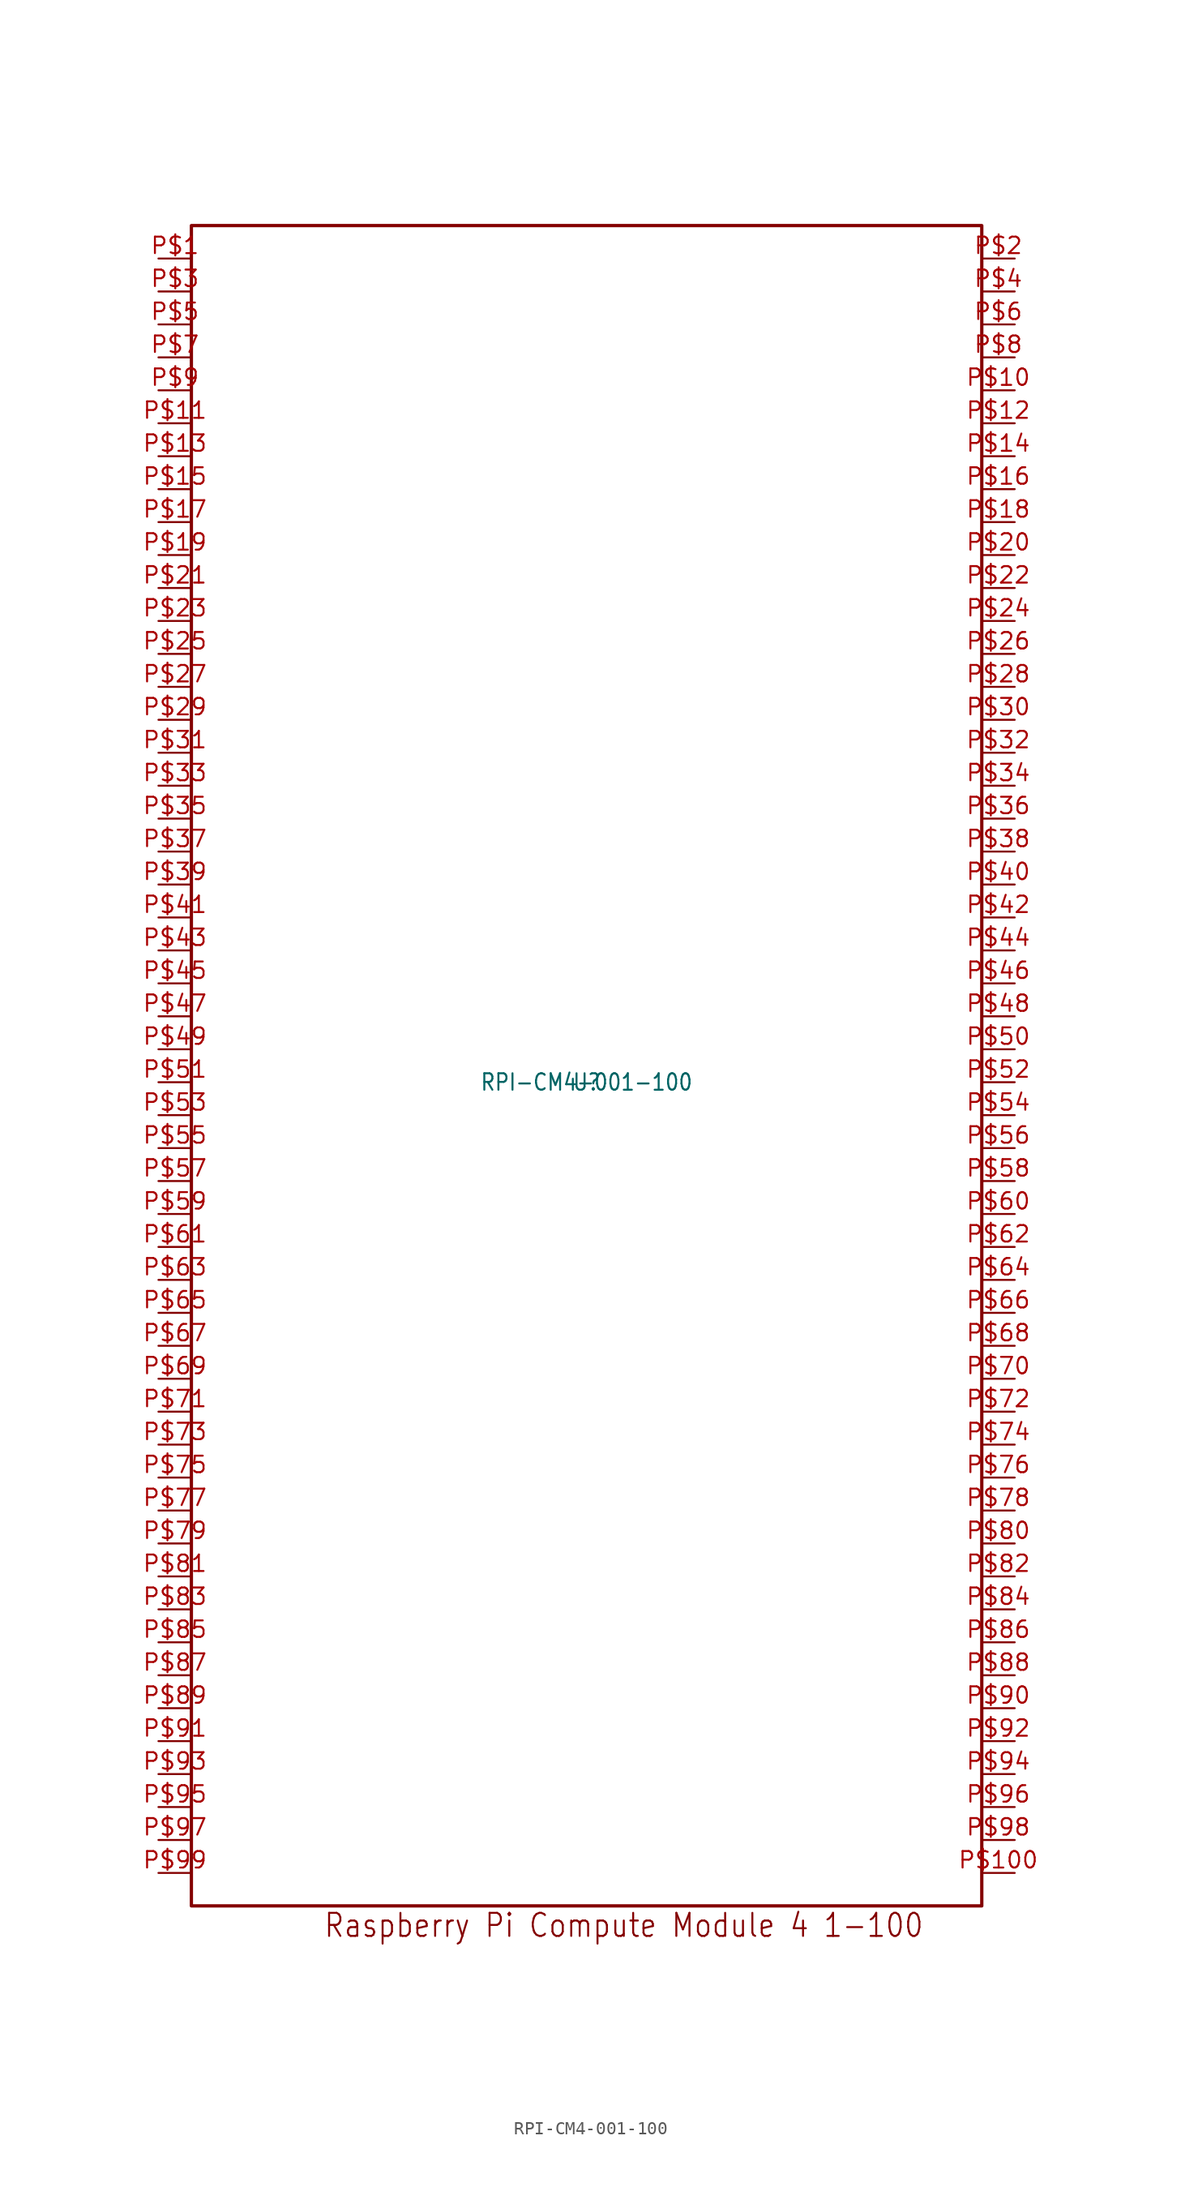
<source format=kicad_sym>
(kicad_symbol_lib
  (version 20211014)
  (generator kicad_symbol_editor)
  (symbol "RPI-CM4-001-100"
    (pin_names
      (offset 1.016) hide)
    (property "Reference" "U"
      (at 0 0 0)
      (effects (font (size 1.27 1.086))))
    (property "Value" "RPI-CM4-001-100"
      (at 0 0 0)
      (effects (font (size 1.27 1.086))))
    (symbol "RPI-CM4-001-100_0_0"
      (text "Raspberry Pi Compute Module 4 1-100" (at -20.32 -66.04 0) (effects (font (size 1.778 1.52)) (justify left bottom))))
    (symbol "RPI-CM4-001-100_0_1"
      (polyline (pts (xy -30.48 -63.5) (xy -30.48 66.04) (xy 30.48 66.04) (xy 30.48 -63.5) (xy -30.48 -63.5)) (stroke (width 0.254) (type default) (color 0 0 0 0))))
    (symbol "RPI-CM4-001-100_1_1"
      (pin bidirectional line (at -33.02 63.5 0) (length 2.54) (name "001_GND" (effects (font (size 1.27 1.086)))) (number "P$1" (effects (font (size 1.27 1.086)))))
      (pin bidirectional line (at 33.02 63.5 180) (length 2.54) (name "002_GND" (effects (font (size 1.27 1.086)))) (number "P$2" (effects (font (size 1.27 1.086)))))
      (pin bidirectional line (at -33.02 60.96 0) (length 2.54) (name "003_ETHERNET_PAIR3_P" (effects (font (size 1.27 1.086)))) (number "P$3" (effects (font (size 1.27 1.086)))))
      (pin bidirectional line (at 33.02 60.96 180) (length 2.54) (name "004_ETHERNET_PAIR1_P" (effects (font (size 1.27 1.086)))) (number "P$4" (effects (font (size 1.27 1.086)))))
      (pin bidirectional line (at -33.02 58.42 0) (length 2.54) (name "005_ETHERNET_PAIR3_N" (effects (font (size 1.27 1.086)))) (number "P$5" (effects (font (size 1.27 1.086)))))
      (pin bidirectional line (at 33.02 58.42 180) (length 2.54) (name "006_ETHERNET_PAIR1_N" (effects (font (size 1.27 1.086)))) (number "P$6" (effects (font (size 1.27 1.086)))))
      (pin bidirectional line (at -33.02 55.88 0) (length 2.54) (name "007_GND" (effects (font (size 1.27 1.086)))) (number "P$7" (effects (font (size 1.27 1.086)))))
      (pin bidirectional line (at 33.02 55.88 180) (length 2.54) (name "008_GND" (effects (font (size 1.27 1.086)))) (number "P$8" (effects (font (size 1.27 1.086)))))
      (pin bidirectional line (at -33.02 53.34 0) (length 2.54) (name "009_ETHERNET_PAIR2_N" (effects (font (size 1.27 1.086)))) (number "P$9" (effects (font (size 1.27 1.086)))))
      (pin bidirectional line (at 33.02 53.34 180) (length 2.54) (name "0010_ETHERNET_PAIR0_N" (effects (font (size 1.27 1.086)))) (number "P$10" (effects (font (size 1.27 1.086)))))
      (pin bidirectional line (at -33.02 50.8 0) (length 2.54) (name "011_ETHERNET_PAIR2_P" (effects (font (size 1.27 1.086)))) (number "P$11" (effects (font (size 1.27 1.086)))))
      (pin bidirectional line (at 33.02 50.8 180) (length 2.54) (name "012_ETHERNET_PAIR0_P" (effects (font (size 1.27 1.086)))) (number "P$12" (effects (font (size 1.27 1.086)))))
      (pin bidirectional line (at -33.02 48.26 0) (length 2.54) (name "013_GND" (effects (font (size 1.27 1.086)))) (number "P$13" (effects (font (size 1.27 1.086)))))
      (pin bidirectional line (at 33.02 48.26 180) (length 2.54) (name "014_GND" (effects (font (size 1.27 1.086)))) (number "P$14" (effects (font (size 1.27 1.086)))))
      (pin bidirectional line (at -33.02 45.72 0) (length 2.54) (name "015_ETHERNET_NLED3" (effects (font (size 1.27 1.086)))) (number "P$15" (effects (font (size 1.27 1.086)))))
      (pin bidirectional line (at 33.02 45.72 180) (length 2.54) (name "016_ETHERNET_SYNC_IN" (effects (font (size 1.27 1.086)))) (number "P$16" (effects (font (size 1.27 1.086)))))
      (pin bidirectional line (at -33.02 43.18 0) (length 2.54) (name "017_ETHERNET_NLED2" (effects (font (size 1.27 1.086)))) (number "P$17" (effects (font (size 1.27 1.086)))))
      (pin bidirectional line (at 33.02 43.18 180) (length 2.54) (name "018_ETHERNET_SYNC_OUT" (effects (font (size 1.27 1.086)))) (number "P$18" (effects (font (size 1.27 1.086)))))
      (pin bidirectional line (at -33.02 40.64 0) (length 2.54) (name "019_ETHERNET_NLED1" (effects (font (size 1.27 1.086)))) (number "P$19" (effects (font (size 1.27 1.086)))))
      (pin bidirectional line (at 33.02 40.64 180) (length 2.54) (name "020_EEPROM_NWP" (effects (font (size 1.27 1.086)))) (number "P$20" (effects (font (size 1.27 1.086)))))
      (pin bidirectional line (at -33.02 38.1 0) (length 2.54) (name "021_PI_NLED_ACTIVITY" (effects (font (size 1.27 1.086)))) (number "P$21" (effects (font (size 1.27 1.086)))))
      (pin bidirectional line (at 33.02 38.1 180) (length 2.54) (name "022_GND" (effects (font (size 1.27 1.086)))) (number "P$22" (effects (font (size 1.27 1.086)))))
      (pin bidirectional line (at -33.02 35.56 0) (length 2.54) (name "023_GND" (effects (font (size 1.27 1.086)))) (number "P$23" (effects (font (size 1.27 1.086)))))
      (pin bidirectional line (at 33.02 35.56 180) (length 2.54) (name "024_GPIO26" (effects (font (size 1.27 1.086)))) (number "P$24" (effects (font (size 1.27 1.086)))))
      (pin bidirectional line (at -33.02 33.02 0) (length 2.54) (name "025_GPIO21" (effects (font (size 1.27 1.086)))) (number "P$25" (effects (font (size 1.27 1.086)))))
      (pin bidirectional line (at 33.02 33.02 180) (length 2.54) (name "026_GPIO19" (effects (font (size 1.27 1.086)))) (number "P$26" (effects (font (size 1.27 1.086)))))
      (pin bidirectional line (at -33.02 30.48 0) (length 2.54) (name "027_GPIO20" (effects (font (size 1.27 1.086)))) (number "P$27" (effects (font (size 1.27 1.086)))))
      (pin bidirectional line (at 33.02 30.48 180) (length 2.54) (name "028_GPIO13" (effects (font (size 1.27 1.086)))) (number "P$28" (effects (font (size 1.27 1.086)))))
      (pin bidirectional line (at -33.02 27.94 0) (length 2.54) (name "029_GPIO16" (effects (font (size 1.27 1.086)))) (number "P$29" (effects (font (size 1.27 1.086)))))
      (pin bidirectional line (at 33.02 27.94 180) (length 2.54) (name "030_GPIO6" (effects (font (size 1.27 1.086)))) (number "P$30" (effects (font (size 1.27 1.086)))))
      (pin bidirectional line (at -33.02 25.4 0) (length 2.54) (name "031_GPIO12" (effects (font (size 1.27 1.086)))) (number "P$31" (effects (font (size 1.27 1.086)))))
      (pin bidirectional line (at 33.02 25.4 180) (length 2.54) (name "032_GND" (effects (font (size 1.27 1.086)))) (number "P$32" (effects (font (size 1.27 1.086)))))
      (pin bidirectional line (at -33.02 22.86 0) (length 2.54) (name "033_GND" (effects (font (size 1.27 1.086)))) (number "P$33" (effects (font (size 1.27 1.086)))))
      (pin bidirectional line (at 33.02 22.86 180) (length 2.54) (name "034_GPIO5" (effects (font (size 1.27 1.086)))) (number "P$34" (effects (font (size 1.27 1.086)))))
      (pin bidirectional line (at -33.02 20.32 0) (length 2.54) (name "035_ID_SC" (effects (font (size 1.27 1.086)))) (number "P$35" (effects (font (size 1.27 1.086)))))
      (pin bidirectional line (at 33.02 20.32 180) (length 2.54) (name "036_ID_SD" (effects (font (size 1.27 1.086)))) (number "P$36" (effects (font (size 1.27 1.086)))))
      (pin bidirectional line (at -33.02 17.78 0) (length 2.54) (name "037_GPIO7" (effects (font (size 1.27 1.086)))) (number "P$37" (effects (font (size 1.27 1.086)))))
      (pin bidirectional line (at 33.02 17.78 180) (length 2.54) (name "038_GPIO11" (effects (font (size 1.27 1.086)))) (number "P$38" (effects (font (size 1.27 1.086)))))
      (pin bidirectional line (at -33.02 15.24 0) (length 2.54) (name "039_GPIO8" (effects (font (size 1.27 1.086)))) (number "P$39" (effects (font (size 1.27 1.086)))))
      (pin bidirectional line (at 33.02 15.24 180) (length 2.54) (name "040_GPIO9" (effects (font (size 1.27 1.086)))) (number "P$40" (effects (font (size 1.27 1.086)))))
      (pin bidirectional line (at -33.02 12.7 0) (length 2.54) (name "041_GPIO25" (effects (font (size 1.27 1.086)))) (number "P$41" (effects (font (size 1.27 1.086)))))
      (pin bidirectional line (at 33.02 12.7 180) (length 2.54) (name "042_GND" (effects (font (size 1.27 1.086)))) (number "P$42" (effects (font (size 1.27 1.086)))))
      (pin bidirectional line (at -33.02 10.16 0) (length 2.54) (name "043_GND" (effects (font (size 1.27 1.086)))) (number "P$43" (effects (font (size 1.27 1.086)))))
      (pin bidirectional line (at 33.02 10.16 180) (length 2.54) (name "044_GPIO10" (effects (font (size 1.27 1.086)))) (number "P$44" (effects (font (size 1.27 1.086)))))
      (pin bidirectional line (at -33.02 7.62 0) (length 2.54) (name "045_GPIO24" (effects (font (size 1.27 1.086)))) (number "P$45" (effects (font (size 1.27 1.086)))))
      (pin bidirectional line (at 33.02 7.62 180) (length 2.54) (name "046_GPIO22" (effects (font (size 1.27 1.086)))) (number "P$46" (effects (font (size 1.27 1.086)))))
      (pin bidirectional line (at -33.02 5.08 0) (length 2.54) (name "047_GPIO23" (effects (font (size 1.27 1.086)))) (number "P$47" (effects (font (size 1.27 1.086)))))
      (pin bidirectional line (at 33.02 5.08 180) (length 2.54) (name "048_GPIO27" (effects (font (size 1.27 1.086)))) (number "P$48" (effects (font (size 1.27 1.086)))))
      (pin bidirectional line (at -33.02 2.54 0) (length 2.54) (name "049_GPIO18" (effects (font (size 1.27 1.086)))) (number "P$49" (effects (font (size 1.27 1.086)))))
      (pin bidirectional line (at 33.02 2.54 180) (length 2.54) (name "050_GPIO17" (effects (font (size 1.27 1.086)))) (number "P$50" (effects (font (size 1.27 1.086)))))
      (pin bidirectional line (at -33.02 0 0) (length 2.54) (name "051_GPIO15" (effects (font (size 1.27 1.086)))) (number "P$51" (effects (font (size 1.27 1.086)))))
      (pin bidirectional line (at 33.02 0 180) (length 2.54) (name "052_GND" (effects (font (size 1.27 1.086)))) (number "P$52" (effects (font (size 1.27 1.086)))))
      (pin bidirectional line (at -33.02 -2.54 0) (length 2.54) (name "053_GND" (effects (font (size 1.27 1.086)))) (number "P$53" (effects (font (size 1.27 1.086)))))
      (pin bidirectional line (at 33.02 -2.54 180) (length 2.54) (name "054_GPIO4" (effects (font (size 1.27 1.086)))) (number "P$54" (effects (font (size 1.27 1.086)))))
      (pin bidirectional line (at -33.02 -5.08 0) (length 2.54) (name "055_GPIO14" (effects (font (size 1.27 1.086)))) (number "P$55" (effects (font (size 1.27 1.086)))))
      (pin bidirectional line (at 33.02 -5.08 180) (length 2.54) (name "056_GPIO3" (effects (font (size 1.27 1.086)))) (number "P$56" (effects (font (size 1.27 1.086)))))
      (pin bidirectional line (at -33.02 -7.62 0) (length 2.54) (name "057_SD_CLK" (effects (font (size 1.27 1.086)))) (number "P$57" (effects (font (size 1.27 1.086)))))
      (pin bidirectional line (at 33.02 -7.62 180) (length 2.54) (name "058_GPIO2" (effects (font (size 1.27 1.086)))) (number "P$58" (effects (font (size 1.27 1.086)))))
      (pin bidirectional line (at -33.02 -10.16 0) (length 2.54) (name "059_GND" (effects (font (size 1.27 1.086)))) (number "P$59" (effects (font (size 1.27 1.086)))))
      (pin bidirectional line (at 33.02 -10.16 180) (length 2.54) (name "060_GND" (effects (font (size 1.27 1.086)))) (number "P$60" (effects (font (size 1.27 1.086)))))
      (pin bidirectional line (at -33.02 -12.7 0) (length 2.54) (name "061_SD_DAT3" (effects (font (size 1.27 1.086)))) (number "P$61" (effects (font (size 1.27 1.086)))))
      (pin bidirectional line (at 33.02 -12.7 180) (length 2.54) (name "062_SD_CMD" (effects (font (size 1.27 1.086)))) (number "P$62" (effects (font (size 1.27 1.086)))))
      (pin bidirectional line (at -33.02 -15.24 0) (length 2.54) (name "063_SD_DAT0" (effects (font (size 1.27 1.086)))) (number "P$63" (effects (font (size 1.27 1.086)))))
      (pin bidirectional line (at 33.02 -15.24 180) (length 2.54) (name "064_SD_DAT5" (effects (font (size 1.27 1.086)))) (number "P$64" (effects (font (size 1.27 1.086)))))
      (pin bidirectional line (at -33.02 -17.78 0) (length 2.54) (name "065_GND" (effects (font (size 1.27 1.086)))) (number "P$65" (effects (font (size 1.27 1.086)))))
      (pin bidirectional line (at 33.02 -17.78 180) (length 2.54) (name "066_GND" (effects (font (size 1.27 1.086)))) (number "P$66" (effects (font (size 1.27 1.086)))))
      (pin bidirectional line (at -33.02 -20.32 0) (length 2.54) (name "067_SD_DAT1" (effects (font (size 1.27 1.086)))) (number "P$67" (effects (font (size 1.27 1.086)))))
      (pin bidirectional line (at 33.02 -20.32 180) (length 2.54) (name "068_SD_DAT4" (effects (font (size 1.27 1.086)))) (number "P$68" (effects (font (size 1.27 1.086)))))
      (pin bidirectional line (at -33.02 -22.86 0) (length 2.54) (name "069_SD_DAT2" (effects (font (size 1.27 1.086)))) (number "P$69" (effects (font (size 1.27 1.086)))))
      (pin bidirectional line (at 33.02 -22.86 180) (length 2.54) (name "070_SD_DAT7" (effects (font (size 1.27 1.086)))) (number "P$70" (effects (font (size 1.27 1.086)))))
      (pin bidirectional line (at -33.02 -25.4 0) (length 2.54) (name "071_GND" (effects (font (size 1.27 1.086)))) (number "P$71" (effects (font (size 1.27 1.086)))))
      (pin bidirectional line (at 33.02 -25.4 180) (length 2.54) (name "072_SD_DAT6" (effects (font (size 1.27 1.086)))) (number "P$72" (effects (font (size 1.27 1.086)))))
      (pin bidirectional line (at -33.02 -27.94 0) (length 2.54) (name "073_SD_VDD_OVERRIDE" (effects (font (size 1.27 1.086)))) (number "P$73" (effects (font (size 1.27 1.086)))))
      (pin bidirectional line (at 33.02 -27.94 180) (length 2.54) (name "074_GND" (effects (font (size 1.27 1.086)))) (number "P$74" (effects (font (size 1.27 1.086)))))
      (pin bidirectional line (at -33.02 -30.48 0) (length 2.54) (name "075_SD_PWR_ON" (effects (font (size 1.27 1.086)))) (number "P$75" (effects (font (size 1.27 1.086)))))
      (pin bidirectional line (at 33.02 -30.48 180) (length 2.54) (name "076_RESERVED" (effects (font (size 1.27 1.086)))) (number "P$76" (effects (font (size 1.27 1.086)))))
      (pin bidirectional line (at -33.02 -33.02 0) (length 2.54) (name "077_+5V(INPUT)" (effects (font (size 1.27 1.086)))) (number "P$77" (effects (font (size 1.27 1.086)))))
      (pin bidirectional line (at 33.02 -33.02 180) (length 2.54) (name "078_GPIO_VREF" (effects (font (size 1.27 1.086)))) (number "P$78" (effects (font (size 1.27 1.086)))))
      (pin bidirectional line (at -33.02 -35.56 0) (length 2.54) (name "079_+5V(INPUT)" (effects (font (size 1.27 1.086)))) (number "P$79" (effects (font (size 1.27 1.086)))))
      (pin bidirectional line (at 33.02 -35.56 180) (length 2.54) (name "080_SCL0" (effects (font (size 1.27 1.086)))) (number "P$80" (effects (font (size 1.27 1.086)))))
      (pin bidirectional line (at -33.02 -38.1 0) (length 2.54) (name "081_+5V(INPUT)" (effects (font (size 1.27 1.086)))) (number "P$81" (effects (font (size 1.27 1.086)))))
      (pin bidirectional line (at 33.02 -38.1 180) (length 2.54) (name "082_SDA0" (effects (font (size 1.27 1.086)))) (number "P$82" (effects (font (size 1.27 1.086)))))
      (pin bidirectional line (at -33.02 -40.64 0) (length 2.54) (name "083_+5V(INPUT)" (effects (font (size 1.27 1.086)))) (number "P$83" (effects (font (size 1.27 1.086)))))
      (pin bidirectional line (at 33.02 -40.64 180) (length 2.54) (name "084_CM4_3.3V(OUTPUT)" (effects (font (size 1.27 1.086)))) (number "P$84" (effects (font (size 1.27 1.086)))))
      (pin bidirectional line (at -33.02 -43.18 0) (length 2.54) (name "085_+5V(INPUT)" (effects (font (size 1.27 1.086)))) (number "P$85" (effects (font (size 1.27 1.086)))))
      (pin bidirectional line (at 33.02 -43.18 180) (length 2.54) (name "086_CM4_3.3V(OUTPUT)" (effects (font (size 1.27 1.086)))) (number "P$86" (effects (font (size 1.27 1.086)))))
      (pin bidirectional line (at -33.02 -45.72 0) (length 2.54) (name "087_+5V(INPUT)" (effects (font (size 1.27 1.086)))) (number "P$87" (effects (font (size 1.27 1.086)))))
      (pin bidirectional line (at 33.02 -45.72 180) (length 2.54) (name "088_CM4_1.8V(OUTPUT)" (effects (font (size 1.27 1.086)))) (number "P$88" (effects (font (size 1.27 1.086)))))
      (pin bidirectional line (at -33.02 -48.26 0) (length 2.54) (name "089_WL_NDISABLE" (effects (font (size 1.27 1.086)))) (number "P$89" (effects (font (size 1.27 1.086)))))
      (pin bidirectional line (at 33.02 -48.26 180) (length 2.54) (name "090_CM4_1.8V(OUTPUT)" (effects (font (size 1.27 1.086)))) (number "P$90" (effects (font (size 1.27 1.086)))))
      (pin bidirectional line (at -33.02 -50.8 0) (length 2.54) (name "091_BT_NDISABLE" (effects (font (size 1.27 1.086)))) (number "P$91" (effects (font (size 1.27 1.086)))))
      (pin bidirectional line (at 33.02 -50.8 180) (length 2.54) (name "092_RUN_PG" (effects (font (size 1.27 1.086)))) (number "P$92" (effects (font (size 1.27 1.086)))))
      (pin bidirectional line (at -33.02 -53.34 0) (length 2.54) (name "093_NRPIBOOT" (effects (font (size 1.27 1.086)))) (number "P$93" (effects (font (size 1.27 1.086)))))
      (pin bidirectional line (at 33.02 -53.34 180) (length 2.54) (name "094_ANALOGIP1" (effects (font (size 1.27 1.086)))) (number "P$94" (effects (font (size 1.27 1.086)))))
      (pin bidirectional line (at -33.02 -55.88 0) (length 2.54) (name "095_PI_LED_NPWR" (effects (font (size 1.27 1.086)))) (number "P$95" (effects (font (size 1.27 1.086)))))
      (pin bidirectional line (at 33.02 -55.88 180) (length 2.54) (name "096_ANALOGIP0" (effects (font (size 1.27 1.086)))) (number "P$96" (effects (font (size 1.27 1.086)))))
      (pin bidirectional line (at -33.02 -58.42 0) (length 2.54) (name "097_CAMERA_GPIO" (effects (font (size 1.27 1.086)))) (number "P$97" (effects (font (size 1.27 1.086)))))
      (pin bidirectional line (at 33.02 -58.42 180) (length 2.54) (name "098_GND" (effects (font (size 1.27 1.086)))) (number "P$98" (effects (font (size 1.27 1.086)))))
      (pin bidirectional line (at -33.02 -60.96 0) (length 2.54) (name "099_GLOBAL_EN" (effects (font (size 1.27 1.086)))) (number "P$99" (effects (font (size 1.27 1.086)))))
      (pin bidirectional line (at 33.02 -60.96 180) (length 2.54) (name "100_NEXTRST" (effects (font (size 1.27 1.086)))) (number "P$100" (effects (font (size 1.27 1.086))))))))
</source>
